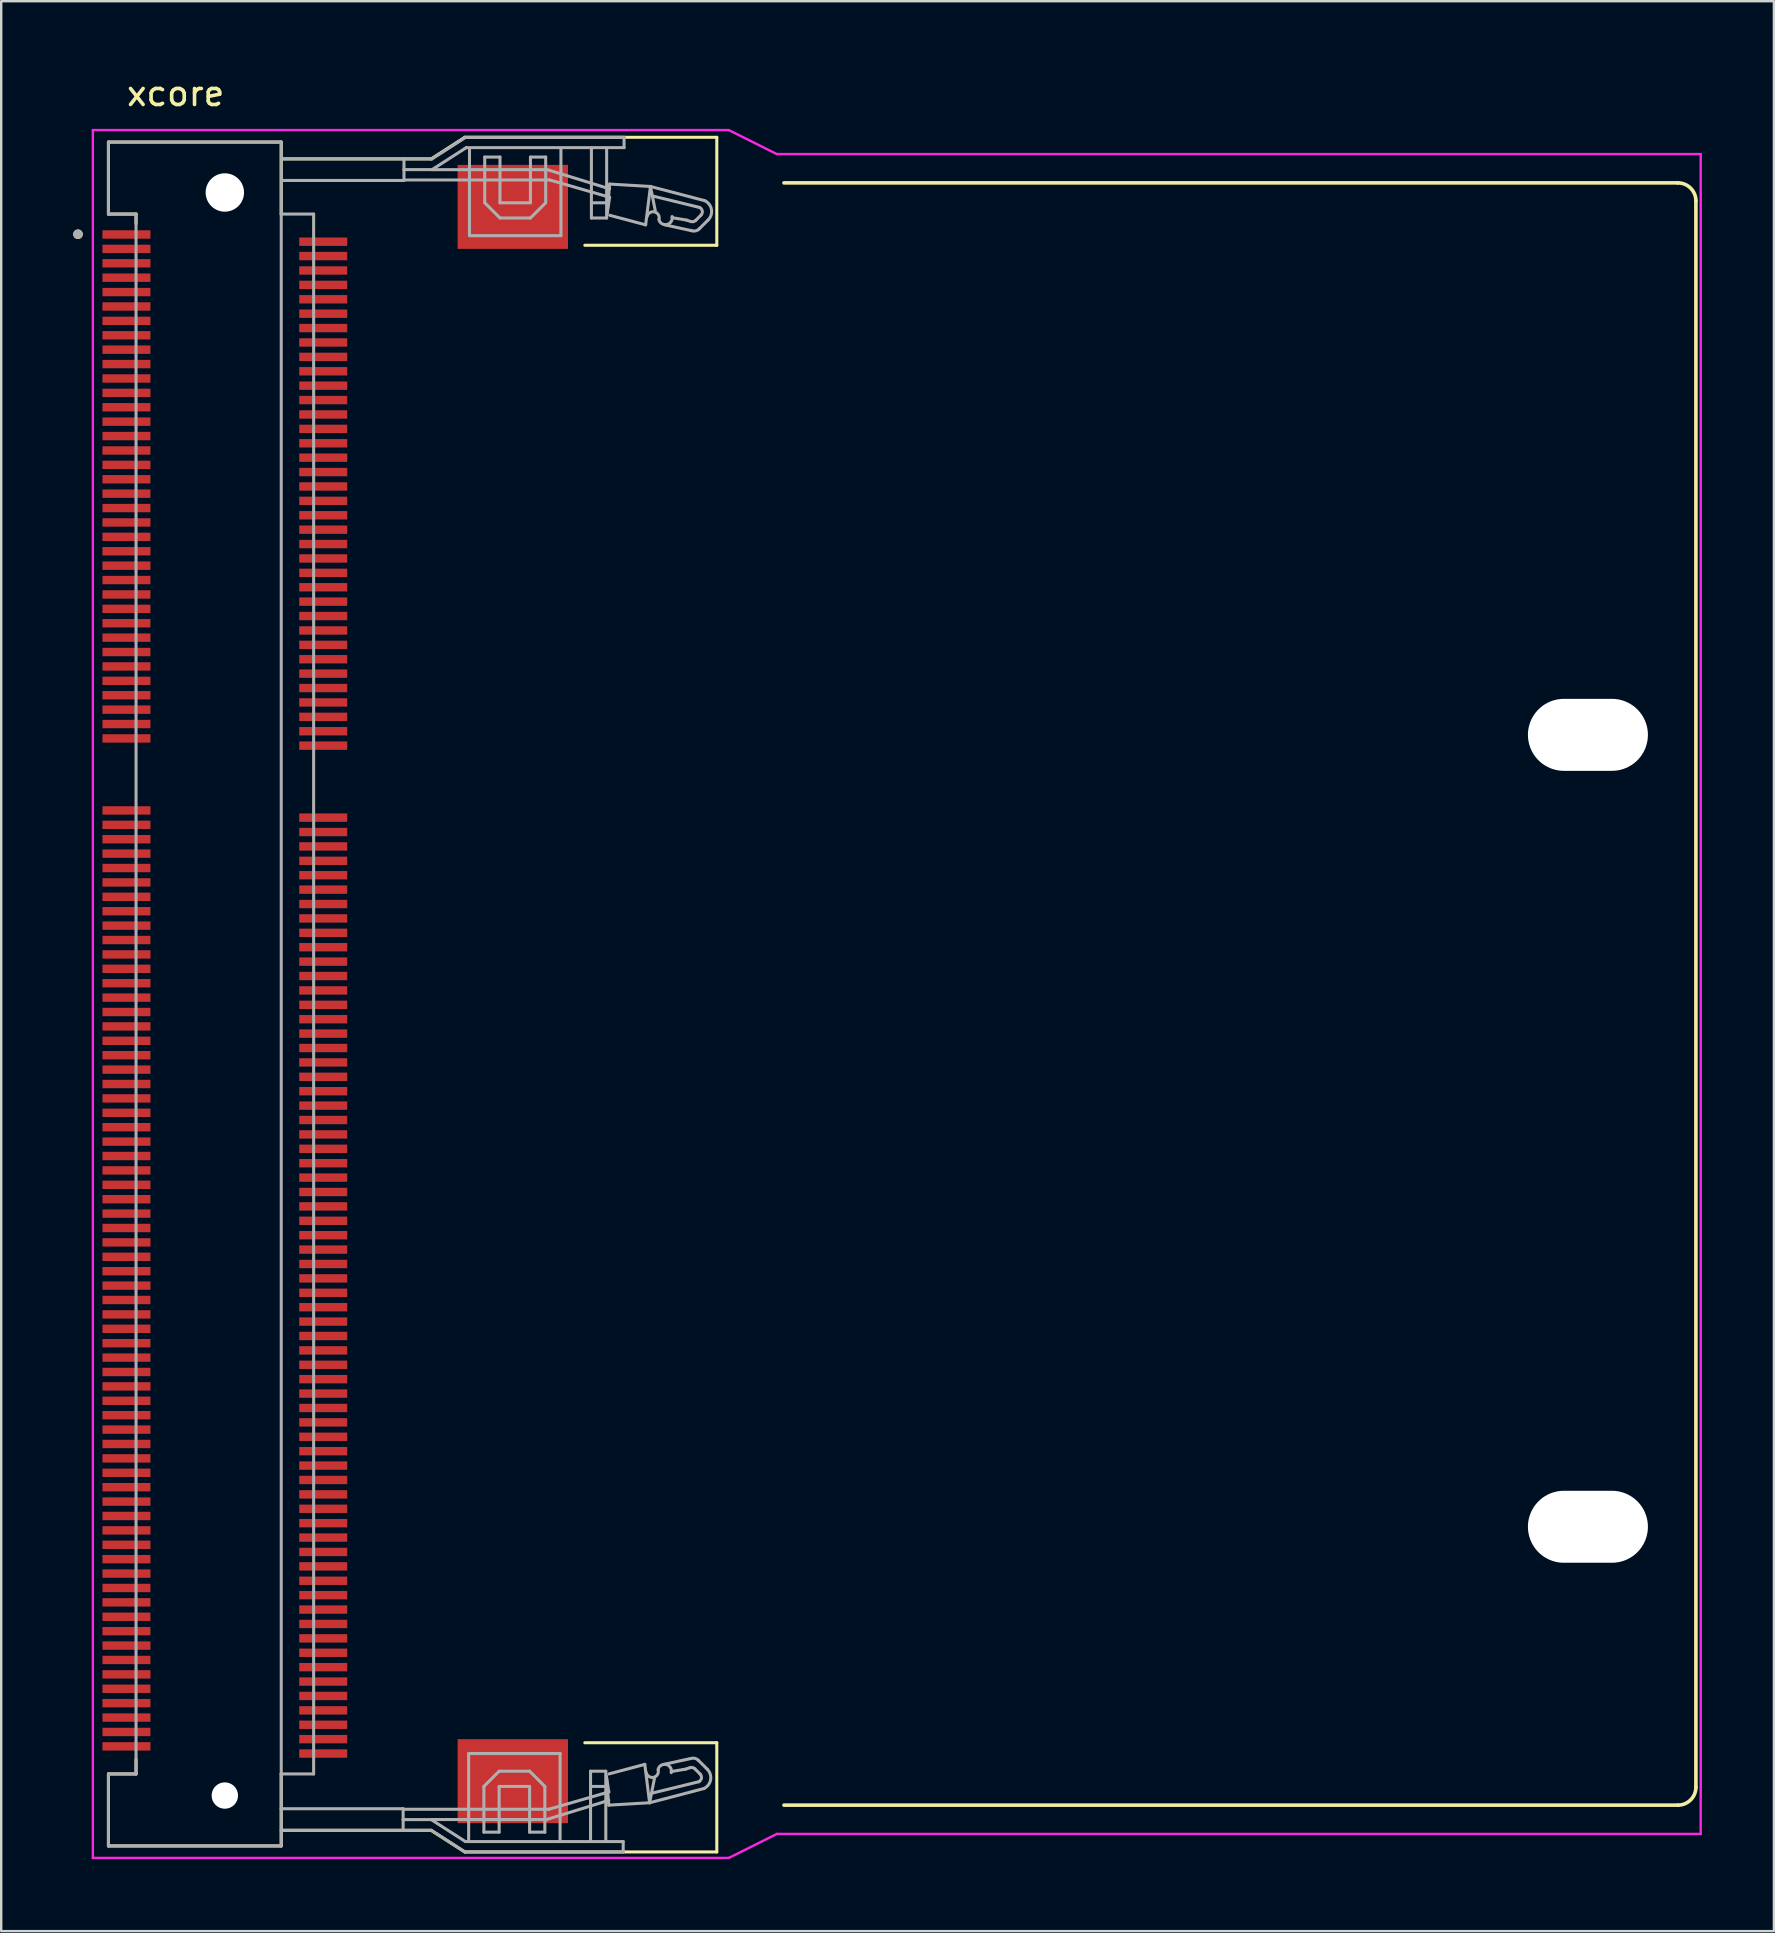
<source format=kicad_pcb>
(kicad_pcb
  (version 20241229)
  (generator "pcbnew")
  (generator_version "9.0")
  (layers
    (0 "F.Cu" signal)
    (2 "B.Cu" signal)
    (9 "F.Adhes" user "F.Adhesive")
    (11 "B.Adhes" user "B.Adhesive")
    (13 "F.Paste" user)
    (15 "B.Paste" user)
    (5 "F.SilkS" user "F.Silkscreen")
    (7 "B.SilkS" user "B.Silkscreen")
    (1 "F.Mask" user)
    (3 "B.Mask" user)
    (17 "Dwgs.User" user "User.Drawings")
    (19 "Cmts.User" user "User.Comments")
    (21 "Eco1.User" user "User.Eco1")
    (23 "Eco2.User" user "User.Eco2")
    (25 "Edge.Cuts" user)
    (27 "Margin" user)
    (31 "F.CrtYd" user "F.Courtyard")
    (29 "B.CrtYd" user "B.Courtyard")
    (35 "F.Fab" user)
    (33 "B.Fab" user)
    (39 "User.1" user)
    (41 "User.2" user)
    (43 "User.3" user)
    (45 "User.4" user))
  (footprint "xcore"
    (layer "F.Cu")
    (at 6.319 38.371)
    (property "Reference" "xcore" (at -2.049 -37.523 0) (layer "F.SilkS") (effects (font (size 1 1) (thickness 0.15))))
    (attr smd)
    (fp_line (start -4.85 -35.5) (end -4.85 -32.5) (stroke (width 0.127) (type solid)) (layer "F.SilkS"))
    (fp_line (start -4.85 -32.5) (end -3.7 -32.5) (stroke (width 0.127) (type solid)) (layer "F.SilkS"))
    (fp_line (start -4.85 32.5) (end -4.85 35.5) (stroke (width 0.127) (type solid)) (layer "F.SilkS"))
    (fp_line (start -4.85 35.5) (end 2.35 35.5) (stroke (width 0.127) (type solid)) (layer "F.SilkS"))
    (fp_line (start -3.7 -32.5) (end -3.7 -32.1) (stroke (width 0.127) (type solid)) (layer "F.SilkS"))
    (fp_line (start -3.7 31.9) (end -3.7 32.5) (stroke (width 0.127) (type solid)) (layer "F.SilkS"))
    (fp_line (start -3.7 32.5) (end -4.85 32.5) (stroke (width 0.127) (type solid)) (layer "F.SilkS"))
    (fp_line (start 2.35 -35.5) (end -4.85 -35.5) (stroke (width 0.127) (type solid)) (layer "F.SilkS"))
    (fp_line (start 2.35 -32.5) (end 2.35 -35.5) (stroke (width 0.127) (type solid)) (layer "F.SilkS"))
    (fp_line (start 2.35 35.5) (end 2.35 32.5) (stroke (width 0.127) (type solid)) (layer "F.SilkS"))
    (fp_line (start 2.4 -34.8) (end 8.6 -34.8) (stroke (width 0.127) (type solid)) (layer "F.SilkS"))
    (fp_line (start 2.4 34.85) (end 8.6 34.85) (stroke (width 0.127) (type solid)) (layer "F.SilkS"))
    (fp_line (start 8.6 -34.8) (end 10 -35.7) (stroke (width 0.127) (type solid)) (layer "F.SilkS"))
    (fp_line (start 8.6 34.85) (end 10 35.75) (stroke (width 0.127) (type solid)) (layer "F.SilkS"))
    (fp_line (start 10 -35.7) (end 20.5 -35.7) (stroke (width 0.127) (type solid)) (layer "F.SilkS"))
    (fp_line (start 10 35.75) (end 20.5 35.75) (stroke (width 0.127) (type solid)) (layer "F.SilkS"))
    (fp_line (start 20.5 -35.7) (end 20.5 -31.2) (stroke (width 0.127) (type solid)) (layer "F.SilkS"))
    (fp_line (start 20.5 -31.2) (end 15 -31.2) (stroke (width 0.127) (type solid)) (layer "F.SilkS"))
    (fp_line (start 20.5 31.2) (end 15 31.2) (stroke (width 0.127) (type solid)) (layer "F.SilkS"))
    (fp_line (start 20.5 35.75) (end 20.5 31.2) (stroke (width 0.127) (type solid)) (layer "F.SilkS"))
    (fp_line (start 23.3 33.8) (end 60.55 33.8) (stroke (width 0.15) (type solid)) (layer "F.SilkS"))
    (fp_line (start 60.55 -33.8) (end 23.3 -33.8) (stroke (width 0.15) (type solid)) (layer "F.SilkS"))
    (fp_line (start 61.3 33.05) (end 61.3 -33.05) (stroke (width 0.15) (type solid)) (layer "F.SilkS"))
    (fp_arc (start 60.55 -33.8) (mid 61.079867 -33.580793) (end 61.299999 -33.051309) (stroke (width 0.15) (type solid)) (layer "F.SilkS"))
    (fp_arc (start 61.3 33.05) (mid 61.08033 33.58033) (end 60.55 33.8) (stroke (width 0.15) (type solid)) (layer "F.SilkS"))
    (fp_circle (center -6.119 -31.66) (end -6.019 -31.66) (stroke (width 0.2) (type solid)) (fill no) (layer "F.SilkS"))
    (fp_line (start -5.5 -36) (end -5.5 36) (stroke (width 0.1) (type default)) (layer "F.CrtYd"))
    (fp_line (start -5.5 36) (end 21 36) (stroke (width 0.1) (type default)) (layer "F.CrtYd"))
    (fp_line (start 21 -36) (end -5.5 -36) (stroke (width 0.1) (type default)) (layer "F.CrtYd"))
    (fp_line (start 21 36) (end 23 35) (stroke (width 0.1) (type default)) (layer "F.CrtYd"))
    (fp_line (start 23 -35) (end 21 -36) (stroke (width 0.1) (type default)) (layer "F.CrtYd"))
    (fp_line (start 23 35) (end 61.5 35) (stroke (width 0.1) (type default)) (layer "F.CrtYd"))
    (fp_line (start 61.5 -35) (end 23 -35) (stroke (width 0.1) (type default)) (layer "F.CrtYd"))
    (fp_line (start 61.5 35) (end 61.5 -35) (stroke (width 0.1) (type default)) (layer "F.CrtYd"))
    (fp_line (start -4.85 -35.5) (end -4.85 -32.5) (stroke (width 0.127) (type solid)) (layer "F.Fab"))
    (fp_line (start -4.85 -32.5) (end -3.7 -32.5) (stroke (width 0.127) (type solid)) (layer "F.Fab"))
    (fp_line (start -4.85 32.5) (end -4.85 35.5) (stroke (width 0.127) (type solid)) (layer "F.Fab"))
    (fp_line (start -4.85 35.5) (end 2.35 35.5) (stroke (width 0.127) (type solid)) (layer "F.Fab"))
    (fp_line (start -3.7 -32.5) (end -3.7 32.5) (stroke (width 0.127) (type solid)) (layer "F.Fab"))
    (fp_line (start -3.7 32.5) (end -4.85 32.5) (stroke (width 0.127) (type solid)) (layer "F.Fab"))
    (fp_line (start 2.35 -35.5) (end -4.85 -35.5) (stroke (width 0.127) (type solid)) (layer "F.Fab"))
    (fp_line (start 2.35 -32.5) (end 2.35 -35.5) (stroke (width 0.127) (type solid)) (layer "F.Fab"))
    (fp_line (start 2.35 -32.5) (end 3.7 -32.5) (stroke (width 0.127) (type solid)) (layer "F.Fab"))
    (fp_line (start 2.35 32.5) (end 2.35 -32.5) (stroke (width 0.127) (type solid)) (layer "F.Fab"))
    (fp_line (start 2.35 33.95) (end 2.35 32.5) (stroke (width 0.127) (type solid)) (layer "F.Fab"))
    (fp_line (start 2.35 33.95) (end 7.43 33.95) (stroke (width 0.127) (type solid)) (layer "F.Fab"))
    (fp_line (start 2.35 34.85) (end 2.35 33.95) (stroke (width 0.127) (type solid)) (layer "F.Fab"))
    (fp_line (start 2.35 34.85) (end 7.43 34.85) (stroke (width 0.127) (type solid)) (layer "F.Fab"))
    (fp_line (start 2.35 35.5) (end 2.35 34.85) (stroke (width 0.127) (type solid)) (layer "F.Fab"))
    (fp_line (start 2.385 -34.801) (end 7.465 -34.801) (stroke (width 0.127) (type solid)) (layer "F.Fab"))
    (fp_line (start 2.385 -33.901) (end 7.465 -33.901) (stroke (width 0.127) (type solid)) (layer "F.Fab"))
    (fp_line (start 3.7 -32.5) (end 3.7 32.5) (stroke (width 0.127) (type solid)) (layer "F.Fab"))
    (fp_line (start 3.7 32.5) (end 2.35 32.5) (stroke (width 0.127) (type solid)) (layer "F.Fab"))
    (fp_line (start 7.42 33.971) (end 13.5 33.971) (stroke (width 0.127) (type solid)) (layer "F.Fab"))
    (fp_line (start 7.43 34.402) (end 7.43 33.95) (stroke (width 0.127) (type solid)) (layer "F.Fab"))
    (fp_line (start 7.43 34.402) (end 8.6 34.402) (stroke (width 0.127) (type solid)) (layer "F.Fab"))
    (fp_line (start 7.43 34.85) (end 7.43 34.402) (stroke (width 0.127) (type solid)) (layer "F.Fab"))
    (fp_line (start 7.43 34.85) (end 8.6 34.85) (stroke (width 0.127) (type solid)) (layer "F.Fab"))
    (fp_line (start 7.455 -33.922) (end 13.535 -33.922) (stroke (width 0.127) (type solid)) (layer "F.Fab"))
    (fp_line (start 7.465 -34.801) (end 7.465 -34.353) (stroke (width 0.127) (type solid)) (layer "F.Fab"))
    (fp_line (start 7.465 -34.801) (end 8.635 -34.801) (stroke (width 0.127) (type solid)) (layer "F.Fab"))
    (fp_line (start 7.465 -34.353) (end 7.465 -33.901) (stroke (width 0.127) (type solid)) (layer "F.Fab"))
    (fp_line (start 7.465 -34.353) (end 8.635 -34.353) (stroke (width 0.127) (type solid)) (layer "F.Fab"))
    (fp_line (start 8.6 34.4) (end 13.4 34.4) (stroke (width 0.127) (type solid)) (layer "F.Fab"))
    (fp_line (start 8.6 34.85) (end 10 35.75) (stroke (width 0.127) (type solid)) (layer "F.Fab"))
    (fp_line (start 8.625 34.418) (end 10.025 35.318) (stroke (width 0.127) (type solid)) (layer "F.Fab"))
    (fp_line (start 8.635 -34.801) (end 10.035 -35.701) (stroke (width 0.127) (type solid)) (layer "F.Fab"))
    (fp_line (start 8.635 -34.351) (end 13.435 -34.351) (stroke (width 0.127) (type solid)) (layer "F.Fab"))
    (fp_line (start 8.66 -34.369) (end 10.06 -35.269) (stroke (width 0.127) (type solid)) (layer "F.Fab"))
    (fp_line (start 10 35.75) (end 16.6 35.75) (stroke (width 0.127) (type solid)) (layer "F.Fab"))
    (fp_line (start 10.025 35.318) (end 16.6 35.318) (stroke (width 0.127) (type solid)) (layer "F.Fab"))
    (fp_line (start 10.035 -35.701) (end 16.635 -35.701) (stroke (width 0.127) (type solid)) (layer "F.Fab"))
    (fp_line (start 10.06 -35.269) (end 16.635 -35.269) (stroke (width 0.127) (type solid)) (layer "F.Fab"))
    (fp_line (start 10.16 31.65) (end 13.97 31.65) (stroke (width 0.127) (type solid)) (layer "F.Fab"))
    (fp_line (start 10.16 35.267) (end 10.16 31.65) (stroke (width 0.127) (type solid)) (layer "F.Fab"))
    (fp_line (start 10.195 -35.218) (end 10.195 -31.601) (stroke (width 0.127) (type solid)) (layer "F.Fab"))
    (fp_line (start 10.195 -31.601) (end 14.005 -31.601) (stroke (width 0.127) (type solid)) (layer "F.Fab"))
    (fp_line (start 10.795 33.02) (end 11.43 32.385) (stroke (width 0.127) (type solid)) (layer "F.Fab"))
    (fp_line (start 10.795 34.925) (end 10.795 33.02) (stroke (width 0.127) (type solid)) (layer "F.Fab"))
    (fp_line (start 10.83 -34.876) (end 10.83 -32.971) (stroke (width 0.127) (type solid)) (layer "F.Fab"))
    (fp_line (start 10.83 -32.971) (end 11.465 -32.336) (stroke (width 0.127) (type solid)) (layer "F.Fab"))
    (fp_line (start 11.43 32.385) (end 12.7 32.385) (stroke (width 0.127) (type solid)) (layer "F.Fab"))
    (fp_line (start 11.43 33.02) (end 11.43 34.925) (stroke (width 0.127) (type solid)) (layer "F.Fab"))
    (fp_line (start 11.43 34.925) (end 10.795 34.925) (stroke (width 0.127) (type solid)) (layer "F.Fab"))
    (fp_line (start 11.465 -34.876) (end 10.83 -34.876) (stroke (width 0.127) (type solid)) (layer "F.Fab"))
    (fp_line (start 11.465 -32.971) (end 11.465 -34.876) (stroke (width 0.127) (type solid)) (layer "F.Fab"))
    (fp_line (start 11.465 -32.336) (end 12.735 -32.336) (stroke (width 0.127) (type solid)) (layer "F.Fab"))
    (fp_line (start 12.7 32.385) (end 13.335 33.02) (stroke (width 0.127) (type solid)) (layer "F.Fab"))
    (fp_line (start 12.7 33.02) (end 11.43 33.02) (stroke (width 0.127) (type solid)) (layer "F.Fab"))
    (fp_line (start 12.7 34.925) (end 12.7 33.02) (stroke (width 0.127) (type solid)) (layer "F.Fab"))
    (fp_line (start 12.735 -34.876) (end 12.735 -32.971) (stroke (width 0.127) (type solid)) (layer "F.Fab"))
    (fp_line (start 12.735 -32.971) (end 11.465 -32.971) (stroke (width 0.127) (type solid)) (layer "F.Fab"))
    (fp_line (start 12.735 -32.336) (end 13.37 -32.971) (stroke (width 0.127) (type solid)) (layer "F.Fab"))
    (fp_line (start 13.335 33.02) (end 13.335 34.925) (stroke (width 0.127) (type solid)) (layer "F.Fab"))
    (fp_line (start 13.335 34.925) (end 12.7 34.925) (stroke (width 0.127) (type solid)) (layer "F.Fab"))
    (fp_line (start 13.37 -34.876) (end 12.735 -34.876) (stroke (width 0.127) (type solid)) (layer "F.Fab"))
    (fp_line (start 13.37 -32.971) (end 13.37 -34.876) (stroke (width 0.127) (type solid)) (layer "F.Fab"))
    (fp_line (start 13.4 34.4) (end 16 33.6) (stroke (width 0.127) (type solid)) (layer "F.Fab"))
    (fp_line (start 13.435 -34.351) (end 16.035 -33.551) (stroke (width 0.127) (type solid)) (layer "F.Fab"))
    (fp_line (start 13.5 33.971) (end 16 33.25) (stroke (width 0.127) (type solid)) (layer "F.Fab"))
    (fp_line (start 13.535 -33.922) (end 16.035 -33.201) (stroke (width 0.127) (type solid)) (layer "F.Fab"))
    (fp_line (start 13.97 31.65) (end 13.97 35.255) (stroke (width 0.127) (type solid)) (layer "F.Fab"))
    (fp_line (start 14.005 -31.601) (end 14.005 -35.206) (stroke (width 0.127) (type solid)) (layer "F.Fab"))
    (fp_line (start 15.24 32.385) (end 15.875 32.385) (stroke (width 0.127) (type solid)) (layer "F.Fab"))
    (fp_line (start 15.24 33.02) (end 15.24 32.385) (stroke (width 0.127) (type solid)) (layer "F.Fab"))
    (fp_line (start 15.24 33.02) (end 15.875 33.02) (stroke (width 0.127) (type solid)) (layer "F.Fab"))
    (fp_line (start 15.24 35.306) (end 15.24 33.02) (stroke (width 0.127) (type solid)) (layer "F.Fab"))
    (fp_line (start 15.275 -35.257) (end 15.275 -32.971) (stroke (width 0.127) (type solid)) (layer "F.Fab"))
    (fp_line (start 15.275 -32.971) (end 15.275 -32.336) (stroke (width 0.127) (type solid)) (layer "F.Fab"))
    (fp_line (start 15.275 -32.971) (end 15.91 -32.971) (stroke (width 0.127) (type solid)) (layer "F.Fab"))
    (fp_line (start 15.275 -32.336) (end 15.91 -32.336) (stroke (width 0.127) (type solid)) (layer "F.Fab"))
    (fp_line (start 15.875 32.385) (end 15.875 33.02) (stroke (width 0.127) (type solid)) (layer "F.Fab"))
    (fp_line (start 15.875 33.02) (end 15.875 35.293) (stroke (width 0.127) (type solid)) (layer "F.Fab"))
    (fp_line (start 15.9 32.6) (end 16 33.8) (stroke (width 0.127) (type solid)) (layer "F.Fab"))
    (fp_line (start 15.91 -32.971) (end 15.91 -35.244) (stroke (width 0.127) (type solid)) (layer "F.Fab"))
    (fp_line (start 15.91 -32.336) (end 15.91 -32.971) (stroke (width 0.127) (type solid)) (layer "F.Fab"))
    (fp_line (start 15.935 -32.551) (end 16.035 -33.751) (stroke (width 0.127) (type solid)) (layer "F.Fab"))
    (fp_line (start 16 33.25) (end 15.9 32.6) (stroke (width 0.127) (type solid)) (layer "F.Fab"))
    (fp_line (start 16 33.8) (end 17.7 33.7) (stroke (width 0.127) (type solid)) (layer "F.Fab"))
    (fp_line (start 16.035 -33.751) (end 17.735 -33.651) (stroke (width 0.127) (type solid)) (layer "F.Fab"))
    (fp_line (start 16.035 -33.201) (end 15.935 -32.551) (stroke (width 0.127) (type solid)) (layer "F.Fab"))
    (fp_line (start 16.6 35.318) (end 16.6 35.75) (stroke (width 0.127) (type solid)) (layer "F.Fab"))
    (fp_line (start 16.635 -35.269) (end 16.635 -35.701) (stroke (width 0.127) (type solid)) (layer "F.Fab"))
    (fp_line (start 17.5 32.1) (end 16 32.5) (stroke (width 0.127) (type solid)) (layer "F.Fab"))
    (fp_line (start 17.535 -32.051) (end 16.035 -32.451) (stroke (width 0.127) (type solid)) (layer "F.Fab"))
    (fp_line (start 17.7 33.7) (end 17.5 32.1) (stroke (width 0.127) (type solid)) (layer "F.Fab"))
    (fp_line (start 17.7 33.7) (end 17.9 32.7) (stroke (width 0.127) (type solid)) (layer "F.Fab"))
    (fp_line (start 17.7 33.7) (end 19.967 33.106) (stroke (width 0.127) (type solid)) (layer "F.Fab"))
    (fp_line (start 17.735 -33.651) (end 17.535 -32.051) (stroke (width 0.127) (type solid)) (layer "F.Fab"))
    (fp_line (start 17.735 -33.651) (end 17.935 -32.651) (stroke (width 0.127) (type solid)) (layer "F.Fab"))
    (fp_line (start 17.735 -33.651) (end 20.002 -33.057) (stroke (width 0.127) (type solid)) (layer "F.Fab"))
    (fp_line (start 17.8 33.3) (end 19.752 32.824) (stroke (width 0.127) (type solid)) (layer "F.Fab"))
    (fp_line (start 17.835 -33.251) (end 19.787 -32.775) (stroke (width 0.127) (type solid)) (layer "F.Fab"))
    (fp_line (start 18.6 32.4) (end 19.2 32.3) (stroke (width 0.127) (type solid)) (layer "F.Fab"))
    (fp_line (start 18.635 -32.351) (end 19.235 -32.251) (stroke (width 0.127) (type solid)) (layer "F.Fab"))
    (fp_line (start 19.383 32.239) (end 19.2 32.3) (stroke (width 0.127) (type solid)) (layer "F.Fab"))
    (fp_line (start 19.418 -32.19) (end 19.235 -32.251) (stroke (width 0.127) (type solid)) (layer "F.Fab"))
    (fp_line (start 19.427 31.854) (end 18.3 32.1) (stroke (width 0.127) (type solid)) (layer "F.Fab"))
    (fp_line (start 19.462 -31.805) (end 18.335 -32.051) (stroke (width 0.127) (type solid)) (layer "F.Fab"))
    (fp_line (start 19.804 32.504) (end 19.587 32.287) (stroke (width 0.127) (type solid)) (layer "F.Fab"))
    (fp_line (start 19.839 -32.455) (end 19.622 -32.238) (stroke (width 0.127) (type solid)) (layer "F.Fab"))
    (fp_line (start 20.103 32.303) (end 19.728 31.928) (stroke (width 0.127) (type solid)) (layer "F.Fab"))
    (fp_line (start 20.138 -32.254) (end 19.763 -31.879) (stroke (width 0.127) (type solid)) (layer "F.Fab"))
    (fp_arc (start 17.5966 -32.3972) (mid 17.8966 -32.5972) (end 18.0966 -32.2972) (stroke (width 0.127) (type solid)) (layer "F.Fab"))
    (fp_arc (start 18.0492 32.3254) (mid 18.3873 32.1095) (end 18.6032 32.4476) (stroke (width 0.127) (type solid)) (layer "F.Fab"))
    (fp_arc (start 18.0616 32.3462) (mid 17.8616 32.6462) (end 17.5616 32.4462) (stroke (width 0.127) (type solid)) (layer "F.Fab"))
    (fp_arc (start 18.6382 -32.3986) (mid 18.4223 -32.0605) (end 18.0842 -32.2764) (stroke (width 0.127) (type solid)) (layer "F.Fab"))
    (fp_arc (start 19.3827 32.2391) (mid 19.49191 32.234175) (end 19.5874 32.2874) (stroke (width 0.127) (type solid)) (layer "F.Fab"))
    (fp_arc (start 19.4267 31.8541) (mid 19.587915 31.849164) (end 19.7284 31.9284) (stroke (width 0.127) (type solid)) (layer "F.Fab"))
    (fp_arc (start 19.6224 -32.2384) (mid 19.52691 -32.185175) (end 19.4177 -32.1901) (stroke (width 0.127) (type solid)) (layer "F.Fab"))
    (fp_arc (start 19.7634 -31.8794) (mid 19.622914 -31.800164) (end 19.4617 -31.8051) (stroke (width 0.127) (type solid)) (layer "F.Fab"))
    (fp_arc (start 19.7868 -32.775099) (mid 19.894783 -32.628259) (end 19.8388 -32.4548) (stroke (width 0.127) (type solid)) (layer "F.Fab"))
    (fp_arc (start 19.8038 32.5038) (mid 19.859784 32.67726) (end 19.7518 32.824099) (stroke (width 0.127) (type solid)) (layer "F.Fab"))
    (fp_arc (start 20.0019 -33.057299) (mid 20.277137 -32.690537) (end 20.1377 -32.2537) (stroke (width 0.127) (type solid)) (layer "F.Fab"))
    (fp_arc (start 20.1027 32.3027) (mid 20.242138 32.739538) (end 19.9669 33.106299) (stroke (width 0.127) (type solid)) (layer "F.Fab"))
    (fp_circle (center -6.119 -31.66) (end -6.019 -31.66) (stroke (width 0.2) (type solid)) (fill no) (layer "F.Fab"))
    (pad "" np_thru_hole circle (at 0 -33.4) (size 1.6 1.6) (drill 1.6) (layers "*.Cu" "*.Mask"))
    (pad "" np_thru_hole circle (at 0 33.4) (size 1.1 1.1) (drill 1.1) (layers "*.Cu" "*.Mask"))
    (pad "" np_thru_hole oval (at 56.8 -10.8 270) (size 3 5) (drill oval 3 5) (layers "*.Cu" "*.Mask"))
    (pad "" np_thru_hole oval (at 56.8 22.2 270) (size 3 5) (drill oval 3 5) (layers "*.Cu" "*.Mask"))
    (pad "1" smd rect (at -4.1 -31.65) (size 2 0.35) (layers "F.Cu" "F.Mask" "F.Paste"))
    (pad "2" smd rect (at 4.1 -31.35) (size 2 0.35) (layers "F.Cu" "F.Mask" "F.Paste"))
    (pad "3" smd rect (at -4.1 -31.05) (size 2 0.35) (layers "F.Cu" "F.Mask" "F.Paste"))
    (pad "4" smd rect (at 4.1 -30.75) (size 2 0.35) (layers "F.Cu" "F.Mask" "F.Paste"))
    (pad "5" smd rect (at -4.1 -30.45) (size 2 0.35) (layers "F.Cu" "F.Mask" "F.Paste"))
    (pad "6" smd rect (at 4.1 -30.15) (size 2 0.35) (layers "F.Cu" "F.Mask" "F.Paste"))
    (pad "7" smd rect (at -4.1 -29.85) (size 2 0.35) (layers "F.Cu" "F.Mask" "F.Paste"))
    (pad "8" smd rect (at 4.1 -29.55) (size 2 0.35) (layers "F.Cu" "F.Mask" "F.Paste"))
    (pad "9" smd rect (at -4.1 -29.25) (size 2 0.35) (layers "F.Cu" "F.Mask" "F.Paste"))
    (pad "10" smd rect (at 4.1 -28.95) (size 2 0.35) (layers "F.Cu" "F.Mask" "F.Paste"))
    (pad "11" smd rect (at -4.1 -28.65) (size 2 0.35) (layers "F.Cu" "F.Mask" "F.Paste"))
    (pad "12" smd rect (at 4.1 -28.35) (size 2 0.35) (layers "F.Cu" "F.Mask" "F.Paste"))
    (pad "13" smd rect (at -4.1 -28.05) (size 2 0.35) (layers "F.Cu" "F.Mask" "F.Paste"))
    (pad "14" smd rect (at 4.1 -27.75) (size 2 0.35) (layers "F.Cu" "F.Mask" "F.Paste"))
    (pad "15" smd rect (at -4.1 -27.45) (size 2 0.35) (layers "F.Cu" "F.Mask" "F.Paste"))
    (pad "16" smd rect (at 4.1 -27.15) (size 2 0.35) (layers "F.Cu" "F.Mask" "F.Paste"))
    (pad "17" smd rect (at -4.1 -26.85) (size 2 0.35) (layers "F.Cu" "F.Mask" "F.Paste"))
    (pad "18" smd rect (at 4.1 -26.55) (size 2 0.35) (layers "F.Cu" "F.Mask" "F.Paste"))
    (pad "19" smd rect (at -4.1 -26.25) (size 2 0.35) (layers "F.Cu" "F.Mask" "F.Paste"))
    (pad "20" smd rect (at 4.1 -25.95) (size 2 0.35) (layers "F.Cu" "F.Mask" "F.Paste"))
    (pad "21" smd rect (at -4.1 -25.65) (size 2 0.35) (layers "F.Cu" "F.Mask" "F.Paste"))
    (pad "22" smd rect (at 4.1 -25.35) (size 2 0.35) (layers "F.Cu" "F.Mask" "F.Paste"))
    (pad "23" smd rect (at -4.1 -25.05) (size 2 0.35) (layers "F.Cu" "F.Mask" "F.Paste"))
    (pad "24" smd rect (at 4.1 -24.75) (size 2 0.35) (layers "F.Cu" "F.Mask" "F.Paste"))
    (pad "25" smd rect (at -4.1 -24.45) (size 2 0.35) (layers "F.Cu" "F.Mask" "F.Paste"))
    (pad "26" smd rect (at 4.1 -24.15) (size 2 0.35) (layers "F.Cu" "F.Mask" "F.Paste"))
    (pad "27" smd rect (at -4.1 -23.85) (size 2 0.35) (layers "F.Cu" "F.Mask" "F.Paste"))
    (pad "28" smd rect (at 4.1 -23.55) (size 2 0.35) (layers "F.Cu" "F.Mask" "F.Paste"))
    (pad "29" smd rect (at -4.1 -23.25) (size 2 0.35) (layers "F.Cu" "F.Mask" "F.Paste"))
    (pad "30" smd rect (at 4.1 -22.95) (size 2 0.35) (layers "F.Cu" "F.Mask" "F.Paste"))
    (pad "31" smd rect (at -4.1 -22.65) (size 2 0.35) (layers "F.Cu" "F.Mask" "F.Paste"))
    (pad "32" smd rect (at 4.1 -22.35) (size 2 0.35) (layers "F.Cu" "F.Mask" "F.Paste"))
    (pad "33" smd rect (at -4.1 -22.05) (size 2 0.35) (layers "F.Cu" "F.Mask" "F.Paste"))
    (pad "34" smd rect (at 4.1 -21.75) (size 2 0.35) (layers "F.Cu" "F.Mask" "F.Paste"))
    (pad "35" smd rect (at -4.1 -21.45) (size 2 0.35) (layers "F.Cu" "F.Mask" "F.Paste"))
    (pad "36" smd rect (at 4.1 -21.15) (size 2 0.35) (layers "F.Cu" "F.Mask" "F.Paste"))
    (pad "37" smd rect (at -4.1 -20.85) (size 2 0.35) (layers "F.Cu" "F.Mask" "F.Paste"))
    (pad "38" smd rect (at 4.1 -20.55) (size 2 0.35) (layers "F.Cu" "F.Mask" "F.Paste"))
    (pad "39" smd rect (at -4.1 -20.25) (size 2 0.35) (layers "F.Cu" "F.Mask" "F.Paste"))
    (pad "40" smd rect (at 4.1 -19.95) (size 2 0.35) (layers "F.Cu" "F.Mask" "F.Paste"))
    (pad "41" smd rect (at -4.1 -19.65) (size 2 0.35) (layers "F.Cu" "F.Mask" "F.Paste"))
    (pad "42" smd rect (at 4.1 -19.35) (size 2 0.35) (layers "F.Cu" "F.Mask" "F.Paste"))
    (pad "43" smd rect (at -4.1 -19.05) (size 2 0.35) (layers "F.Cu" "F.Mask" "F.Paste"))
    (pad "44" smd rect (at 4.1 -18.75) (size 2 0.35) (layers "F.Cu" "F.Mask" "F.Paste"))
    (pad "45" smd rect (at -4.1 -18.45) (size 2 0.35) (layers "F.Cu" "F.Mask" "F.Paste"))
    (pad "46" smd rect (at 4.1 -18.15) (size 2 0.35) (layers "F.Cu" "F.Mask" "F.Paste"))
    (pad "47" smd rect (at -4.1 -17.85) (size 2 0.35) (layers "F.Cu" "F.Mask" "F.Paste"))
    (pad "48" smd rect (at 4.1 -17.55) (size 2 0.35) (layers "F.Cu" "F.Mask" "F.Paste"))
    (pad "49" smd rect (at -4.1 -17.25) (size 2 0.35) (layers "F.Cu" "F.Mask" "F.Paste"))
    (pad "50" smd rect (at 4.1 -16.95) (size 2 0.35) (layers "F.Cu" "F.Mask" "F.Paste"))
    (pad "51" smd rect (at -4.1 -16.65) (size 2 0.35) (layers "F.Cu" "F.Mask" "F.Paste"))
    (pad "52" smd rect (at 4.1 -16.35) (size 2 0.35) (layers "F.Cu" "F.Mask" "F.Paste"))
    (pad "53" smd rect (at -4.1 -16.05) (size 2 0.35) (layers "F.Cu" "F.Mask" "F.Paste"))
    (pad "54" smd rect (at 4.1 -15.75) (size 2 0.35) (layers "F.Cu" "F.Mask" "F.Paste"))
    (pad "55" smd rect (at -4.1 -15.45) (size 2 0.35) (layers "F.Cu" "F.Mask" "F.Paste"))
    (pad "56" smd rect (at 4.1 -15.15) (size 2 0.35) (layers "F.Cu" "F.Mask" "F.Paste"))
    (pad "57" smd rect (at -4.1 -14.85) (size 2 0.35) (layers "F.Cu" "F.Mask" "F.Paste"))
    (pad "58" smd rect (at 4.1 -14.55) (size 2 0.35) (layers "F.Cu" "F.Mask" "F.Paste"))
    (pad "59" smd rect (at -4.1 -14.25) (size 2 0.35) (layers "F.Cu" "F.Mask" "F.Paste"))
    (pad "60" smd rect (at 4.1 -13.95) (size 2 0.35) (layers "F.Cu" "F.Mask" "F.Paste"))
    (pad "61" smd rect (at -4.1 -13.65) (size 2 0.35) (layers "F.Cu" "F.Mask" "F.Paste"))
    (pad "62" smd rect (at 4.1 -13.35) (size 2 0.35) (layers "F.Cu" "F.Mask" "F.Paste"))
    (pad "63" smd rect (at -4.1 -13.05) (size 2 0.35) (layers "F.Cu" "F.Mask" "F.Paste"))
    (pad "64" smd rect (at 4.1 -12.75) (size 2 0.35) (layers "F.Cu" "F.Mask" "F.Paste"))
    (pad "65" smd rect (at -4.1 -12.45) (size 2 0.35) (layers "F.Cu" "F.Mask" "F.Paste"))
    (pad "66" smd rect (at 4.1 -12.15) (size 2 0.35) (layers "F.Cu" "F.Mask" "F.Paste"))
    (pad "67" smd rect (at -4.1 -11.85) (size 2 0.35) (layers "F.Cu" "F.Mask" "F.Paste"))
    (pad "68" smd rect (at 4.1 -11.55) (size 2 0.35) (layers "F.Cu" "F.Mask" "F.Paste"))
    (pad "69" smd rect (at -4.1 -11.25) (size 2 0.35) (layers "F.Cu" "F.Mask" "F.Paste"))
    (pad "70" smd rect (at 4.1 -10.95) (size 2 0.35) (layers "F.Cu" "F.Mask" "F.Paste"))
    (pad "71" smd rect (at -4.1 -10.65) (size 2 0.35) (layers "F.Cu" "F.Mask" "F.Paste"))
    (pad "72" smd rect (at 4.1 -10.35) (size 2 0.35) (layers "F.Cu" "F.Mask" "F.Paste"))
    (pad "73" smd rect (at -4.1 -7.65) (size 2 0.35) (layers "F.Cu" "F.Mask" "F.Paste"))
    (pad "74" smd rect (at 4.1 -7.35) (size 2 0.35) (layers "F.Cu" "F.Mask" "F.Paste"))
    (pad "75" smd rect (at -4.1 -7.05) (size 2 0.35) (layers "F.Cu" "F.Mask" "F.Paste"))
    (pad "76" smd rect (at 4.1 -6.75) (size 2 0.35) (layers "F.Cu" "F.Mask" "F.Paste"))
    (pad "77" smd rect (at -4.1 -6.45) (size 2 0.35) (layers "F.Cu" "F.Mask" "F.Paste"))
    (pad "78" smd rect (at 4.1 -6.15) (size 2 0.35) (layers "F.Cu" "F.Mask" "F.Paste"))
    (pad "79" smd rect (at -4.1 -5.85) (size 2 0.35) (layers "F.Cu" "F.Mask" "F.Paste"))
    (pad "80" smd rect (at 4.1 -5.55) (size 2 0.35) (layers "F.Cu" "F.Mask" "F.Paste"))
    (pad "81" smd rect (at -4.1 -5.25) (size 2 0.35) (layers "F.Cu" "F.Mask" "F.Paste"))
    (pad "82" smd rect (at 4.1 -4.95) (size 2 0.35) (layers "F.Cu" "F.Mask" "F.Paste"))
    (pad "83" smd rect (at -4.1 -4.65) (size 2 0.35) (layers "F.Cu" "F.Mask" "F.Paste"))
    (pad "84" smd rect (at 4.1 -4.35) (size 2 0.35) (layers "F.Cu" "F.Mask" "F.Paste"))
    (pad "85" smd rect (at -4.1 -4.05) (size 2 0.35) (layers "F.Cu" "F.Mask" "F.Paste"))
    (pad "86" smd rect (at 4.1 -3.75) (size 2 0.35) (layers "F.Cu" "F.Mask" "F.Paste"))
    (pad "87" smd rect (at -4.1 -3.45) (size 2 0.35) (layers "F.Cu" "F.Mask" "F.Paste"))
    (pad "88" smd rect (at 4.1 -3.15) (size 2 0.35) (layers "F.Cu" "F.Mask" "F.Paste"))
    (pad "89" smd rect (at -4.1 -2.85) (size 2 0.35) (layers "F.Cu" "F.Mask" "F.Paste"))
    (pad "90" smd rect (at 4.1 -2.55) (size 2 0.35) (layers "F.Cu" "F.Mask" "F.Paste"))
    (pad "91" smd rect (at -4.1 -2.25) (size 2 0.35) (layers "F.Cu" "F.Mask" "F.Paste"))
    (pad "92" smd rect (at 4.1 -1.95) (size 2 0.35) (layers "F.Cu" "F.Mask" "F.Paste"))
    (pad "93" smd rect (at -4.1 -1.65) (size 2 0.35) (layers "F.Cu" "F.Mask" "F.Paste"))
    (pad "94" smd rect (at 4.1 -1.35) (size 2 0.35) (layers "F.Cu" "F.Mask" "F.Paste"))
    (pad "95" smd rect (at -4.1 -1.05) (size 2 0.35) (layers "F.Cu" "F.Mask" "F.Paste"))
    (pad "96" smd rect (at 4.1 -0.75) (size 2 0.35) (layers "F.Cu" "F.Mask" "F.Paste"))
    (pad "97" smd rect (at -4.1 -0.45) (size 2 0.35) (layers "F.Cu" "F.Mask" "F.Paste"))
    (pad "98" smd rect (at 4.1 -0.15) (size 2 0.35) (layers "F.Cu" "F.Mask" "F.Paste"))
    (pad "99" smd rect (at -4.1 0.15) (size 2 0.35) (layers "F.Cu" "F.Mask" "F.Paste"))
    (pad "100" smd rect (at 4.1 0.45) (size 2 0.35) (layers "F.Cu" "F.Mask" "F.Paste"))
    (pad "101" smd rect (at -4.1 0.75) (size 2 0.35) (layers "F.Cu" "F.Mask" "F.Paste"))
    (pad "102" smd rect (at 4.1 1.05) (size 2 0.35) (layers "F.Cu" "F.Mask" "F.Paste"))
    (pad "103" smd rect (at -4.1 1.35) (size 2 0.35) (layers "F.Cu" "F.Mask" "F.Paste"))
    (pad "104" smd rect (at 4.1 1.65) (size 2 0.35) (layers "F.Cu" "F.Mask" "F.Paste"))
    (pad "105" smd rect (at -4.1 1.95) (size 2 0.35) (layers "F.Cu" "F.Mask" "F.Paste"))
    (pad "106" smd rect (at 4.1 2.25) (size 2 0.35) (layers "F.Cu" "F.Mask" "F.Paste"))
    (pad "107" smd rect (at -4.1 2.55) (size 2 0.35) (layers "F.Cu" "F.Mask" "F.Paste"))
    (pad "108" smd rect (at 4.1 2.85) (size 2 0.35) (layers "F.Cu" "F.Mask" "F.Paste"))
    (pad "109" smd rect (at -4.1 3.15) (size 2 0.35) (layers "F.Cu" "F.Mask" "F.Paste"))
    (pad "110" smd rect (at 4.1 3.45) (size 2 0.35) (layers "F.Cu" "F.Mask" "F.Paste"))
    (pad "111" smd rect (at -4.1 3.75) (size 2 0.35) (layers "F.Cu" "F.Mask" "F.Paste"))
    (pad "112" smd rect (at 4.1 4.05) (size 2 0.35) (layers "F.Cu" "F.Mask" "F.Paste"))
    (pad "113" smd rect (at -4.1 4.35) (size 2 0.35) (layers "F.Cu" "F.Mask" "F.Paste"))
    (pad "114" smd rect (at 4.1 4.65) (size 2 0.35) (layers "F.Cu" "F.Mask" "F.Paste"))
    (pad "115" smd rect (at -4.1 4.95) (size 2 0.35) (layers "F.Cu" "F.Mask" "F.Paste"))
    (pad "116" smd rect (at 4.1 5.25) (size 2 0.35) (layers "F.Cu" "F.Mask" "F.Paste"))
    (pad "117" smd rect (at -4.1 5.55) (size 2 0.35) (layers "F.Cu" "F.Mask" "F.Paste"))
    (pad "118" smd rect (at 4.1 5.85) (size 2 0.35) (layers "F.Cu" "F.Mask" "F.Paste"))
    (pad "119" smd rect (at -4.1 6.15) (size 2 0.35) (layers "F.Cu" "F.Mask" "F.Paste"))
    (pad "120" smd rect (at 4.1 6.45) (size 2 0.35) (layers "F.Cu" "F.Mask" "F.Paste"))
    (pad "121" smd rect (at -4.1 6.75) (size 2 0.35) (layers "F.Cu" "F.Mask" "F.Paste"))
    (pad "122" smd rect (at 4.1 7.05) (size 2 0.35) (layers "F.Cu" "F.Mask" "F.Paste"))
    (pad "123" smd rect (at -4.1 7.35) (size 2 0.35) (layers "F.Cu" "F.Mask" "F.Paste"))
    (pad "124" smd rect (at 4.1 7.65) (size 2 0.35) (layers "F.Cu" "F.Mask" "F.Paste"))
    (pad "125" smd rect (at -4.1 7.95) (size 2 0.35) (layers "F.Cu" "F.Mask" "F.Paste"))
    (pad "126" smd rect (at 4.1 8.25) (size 2 0.35) (layers "F.Cu" "F.Mask" "F.Paste"))
    (pad "127" smd rect (at -4.1 8.55) (size 2 0.35) (layers "F.Cu" "F.Mask" "F.Paste"))
    (pad "128" smd rect (at 4.1 8.85) (size 2 0.35) (layers "F.Cu" "F.Mask" "F.Paste"))
    (pad "129" smd rect (at -4.1 9.15) (size 2 0.35) (layers "F.Cu" "F.Mask" "F.Paste"))
    (pad "130" smd rect (at 4.1 9.45) (size 2 0.35) (layers "F.Cu" "F.Mask" "F.Paste"))
    (pad "131" smd rect (at -4.1 9.75) (size 2 0.35) (layers "F.Cu" "F.Mask" "F.Paste"))
    (pad "132" smd rect (at 4.1 10.05) (size 2 0.35) (layers "F.Cu" "F.Mask" "F.Paste"))
    (pad "133" smd rect (at -4.1 10.35) (size 2 0.35) (layers "F.Cu" "F.Mask" "F.Paste"))
    (pad "134" smd rect (at 4.1 10.65) (size 2 0.35) (layers "F.Cu" "F.Mask" "F.Paste"))
    (pad "135" smd rect (at -4.1 10.95) (size 2 0.35) (layers "F.Cu" "F.Mask" "F.Paste"))
    (pad "136" smd rect (at 4.1 11.25) (size 2 0.35) (layers "F.Cu" "F.Mask" "F.Paste"))
    (pad "137" smd rect (at -4.1 11.55) (size 2 0.35) (layers "F.Cu" "F.Mask" "F.Paste"))
    (pad "138" smd rect (at 4.1 11.85) (size 2 0.35) (layers "F.Cu" "F.Mask" "F.Paste"))
    (pad "139" smd rect (at -4.1 12.15) (size 2 0.35) (layers "F.Cu" "F.Mask" "F.Paste"))
    (pad "140" smd rect (at 4.1 12.45) (size 2 0.35) (layers "F.Cu" "F.Mask" "F.Paste"))
    (pad "141" smd rect (at -4.1 12.75) (size 2 0.35) (layers "F.Cu" "F.Mask" "F.Paste"))
    (pad "142" smd rect (at 4.1 13.05) (size 2 0.35) (layers "F.Cu" "F.Mask" "F.Paste"))
    (pad "143" smd rect (at -4.1 13.35) (size 2 0.35) (layers "F.Cu" "F.Mask" "F.Paste"))
    (pad "144" smd rect (at 4.1 13.65) (size 2 0.35) (layers "F.Cu" "F.Mask" "F.Paste"))
    (pad "145" smd rect (at -4.1 13.95) (size 2 0.35) (layers "F.Cu" "F.Mask" "F.Paste"))
    (pad "146" smd rect (at 4.1 14.25) (size 2 0.35) (layers "F.Cu" "F.Mask" "F.Paste"))
    (pad "147" smd rect (at -4.1 14.55) (size 2 0.35) (layers "F.Cu" "F.Mask" "F.Paste"))
    (pad "148" smd rect (at 4.1 14.85) (size 2 0.35) (layers "F.Cu" "F.Mask" "F.Paste"))
    (pad "149" smd rect (at -4.1 15.15) (size 2 0.35) (layers "F.Cu" "F.Mask" "F.Paste"))
    (pad "150" smd rect (at 4.1 15.45) (size 2 0.35) (layers "F.Cu" "F.Mask" "F.Paste"))
    (pad "151" smd rect (at -4.1 15.75) (size 2 0.35) (layers "F.Cu" "F.Mask" "F.Paste"))
    (pad "152" smd rect (at 4.1 16.05) (size 2 0.35) (layers "F.Cu" "F.Mask" "F.Paste"))
    (pad "153" smd rect (at -4.1 16.35) (size 2 0.35) (layers "F.Cu" "F.Mask" "F.Paste"))
    (pad "154" smd rect (at 4.1 16.65) (size 2 0.35) (layers "F.Cu" "F.Mask" "F.Paste"))
    (pad "155" smd rect (at -4.1 16.95) (size 2 0.35) (layers "F.Cu" "F.Mask" "F.Paste"))
    (pad "156" smd rect (at 4.1 17.25) (size 2 0.35) (layers "F.Cu" "F.Mask" "F.Paste"))
    (pad "157" smd rect (at -4.1 17.55) (size 2 0.35) (layers "F.Cu" "F.Mask" "F.Paste"))
    (pad "158" smd rect (at 4.1 17.85) (size 2 0.35) (layers "F.Cu" "F.Mask" "F.Paste"))
    (pad "159" smd rect (at -4.1 18.15) (size 2 0.35) (layers "F.Cu" "F.Mask" "F.Paste"))
    (pad "160" smd rect (at 4.1 18.45) (size 2 0.35) (layers "F.Cu" "F.Mask" "F.Paste"))
    (pad "161" smd rect (at -4.1 18.75) (size 2 0.35) (layers "F.Cu" "F.Mask" "F.Paste"))
    (pad "162" smd rect (at 4.1 19.05) (size 2 0.35) (layers "F.Cu" "F.Mask" "F.Paste"))
    (pad "163" smd rect (at -4.1 19.35) (size 2 0.35) (layers "F.Cu" "F.Mask" "F.Paste"))
    (pad "164" smd rect (at 4.1 19.65) (size 2 0.35) (layers "F.Cu" "F.Mask" "F.Paste"))
    (pad "165" smd rect (at -4.1 19.95) (size 2 0.35) (layers "F.Cu" "F.Mask" "F.Paste"))
    (pad "166" smd rect (at 4.1 20.25) (size 2 0.35) (layers "F.Cu" "F.Mask" "F.Paste"))
    (pad "167" smd rect (at -4.1 20.55) (size 2 0.35) (layers "F.Cu" "F.Mask" "F.Paste"))
    (pad "168" smd rect (at 4.1 20.85) (size 2 0.35) (layers "F.Cu" "F.Mask" "F.Paste"))
    (pad "169" smd rect (at -4.1 21.15) (size 2 0.35) (layers "F.Cu" "F.Mask" "F.Paste"))
    (pad "170" smd rect (at 4.1 21.45) (size 2 0.35) (layers "F.Cu" "F.Mask" "F.Paste"))
    (pad "171" smd rect (at -4.1 21.75) (size 2 0.35) (layers "F.Cu" "F.Mask" "F.Paste"))
    (pad "172" smd rect (at 4.1 22.05) (size 2 0.35) (layers "F.Cu" "F.Mask" "F.Paste"))
    (pad "173" smd rect (at -4.1 22.35) (size 2 0.35) (layers "F.Cu" "F.Mask" "F.Paste"))
    (pad "174" smd rect (at 4.1 22.65) (size 2 0.35) (layers "F.Cu" "F.Mask" "F.Paste"))
    (pad "175" smd rect (at -4.1 22.95) (size 2 0.35) (layers "F.Cu" "F.Mask" "F.Paste"))
    (pad "176" smd rect (at 4.1 23.25) (size 2 0.35) (layers "F.Cu" "F.Mask" "F.Paste"))
    (pad "177" smd rect (at -4.1 23.55) (size 2 0.35) (layers "F.Cu" "F.Mask" "F.Paste"))
    (pad "178" smd rect (at 4.1 23.85) (size 2 0.35) (layers "F.Cu" "F.Mask" "F.Paste"))
    (pad "179" smd rect (at -4.1 24.15) (size 2 0.35) (layers "F.Cu" "F.Mask" "F.Paste"))
    (pad "180" smd rect (at 4.1 24.45) (size 2 0.35) (layers "F.Cu" "F.Mask" "F.Paste"))
    (pad "181" smd rect (at -4.1 24.75) (size 2 0.35) (layers "F.Cu" "F.Mask" "F.Paste"))
    (pad "182" smd rect (at 4.1 25.05) (size 2 0.35) (layers "F.Cu" "F.Mask" "F.Paste"))
    (pad "183" smd rect (at -4.1 25.35) (size 2 0.35) (layers "F.Cu" "F.Mask" "F.Paste"))
    (pad "184" smd rect (at 4.1 25.65) (size 2 0.35) (layers "F.Cu" "F.Mask" "F.Paste"))
    (pad "185" smd rect (at -4.1 25.95) (size 2 0.35) (layers "F.Cu" "F.Mask" "F.Paste"))
    (pad "186" smd rect (at 4.1 26.25) (size 2 0.35) (layers "F.Cu" "F.Mask" "F.Paste"))
    (pad "187" smd rect (at -4.1 26.55) (size 2 0.35) (layers "F.Cu" "F.Mask" "F.Paste"))
    (pad "188" smd rect (at 4.1 26.85) (size 2 0.35) (layers "F.Cu" "F.Mask" "F.Paste"))
    (pad "189" smd rect (at -4.1 27.15) (size 2 0.35) (layers "F.Cu" "F.Mask" "F.Paste"))
    (pad "190" smd rect (at 4.1 27.45) (size 2 0.35) (layers "F.Cu" "F.Mask" "F.Paste"))
    (pad "191" smd rect (at -4.1 27.75) (size 2 0.35) (layers "F.Cu" "F.Mask" "F.Paste"))
    (pad "192" smd rect (at 4.1 28.05) (size 2 0.35) (layers "F.Cu" "F.Mask" "F.Paste"))
    (pad "193" smd rect (at -4.1 28.35) (size 2 0.35) (layers "F.Cu" "F.Mask" "F.Paste"))
    (pad "194" smd rect (at 4.1 28.65) (size 2 0.35) (layers "F.Cu" "F.Mask" "F.Paste"))
    (pad "195" smd rect (at -4.1 28.95) (size 2 0.35) (layers "F.Cu" "F.Mask" "F.Paste"))
    (pad "196" smd rect (at 4.1 29.25) (size 2 0.35) (layers "F.Cu" "F.Mask" "F.Paste"))
    (pad "197" smd rect (at -4.1 29.55) (size 2 0.35) (layers "F.Cu" "F.Mask" "F.Paste"))
    (pad "198" smd rect (at 4.1 29.85) (size 2 0.35) (layers "F.Cu" "F.Mask" "F.Paste"))
    (pad "199" smd rect (at -4.1 30.15) (size 2 0.35) (layers "F.Cu" "F.Mask" "F.Paste"))
    (pad "200" smd rect (at 4.1 30.45) (size 2 0.35) (layers "F.Cu" "F.Mask" "F.Paste"))
    (pad "201" smd rect (at -4.1 30.75) (size 2 0.35) (layers "F.Cu" "F.Mask" "F.Paste"))
    (pad "202" smd rect (at 4.1 31.05) (size 2 0.35) (layers "F.Cu" "F.Mask" "F.Paste"))
    (pad "203" smd rect (at -4.1 31.35) (size 2 0.35) (layers "F.Cu" "F.Mask" "F.Paste"))
    (pad "204" smd rect (at 4.1 31.65) (size 2 0.35) (layers "F.Cu" "F.Mask" "F.Paste"))
    (pad "SH1" smd rect (at 12 -32.8) (size 4.6 3.5) (layers "F.Cu" "F.Mask" "F.Paste"))
    (pad "SH2" smd rect (at 12 32.8) (size 4.6 3.5) (layers "F.Cu" "F.Mask" "F.Paste")))
  (gr_rect
    (start -3 -3)
    (end 70.869 77.421)
    (stroke (width 0.1) (type default))
    (fill no)
    (layer "Edge.Cuts")))
</source>
